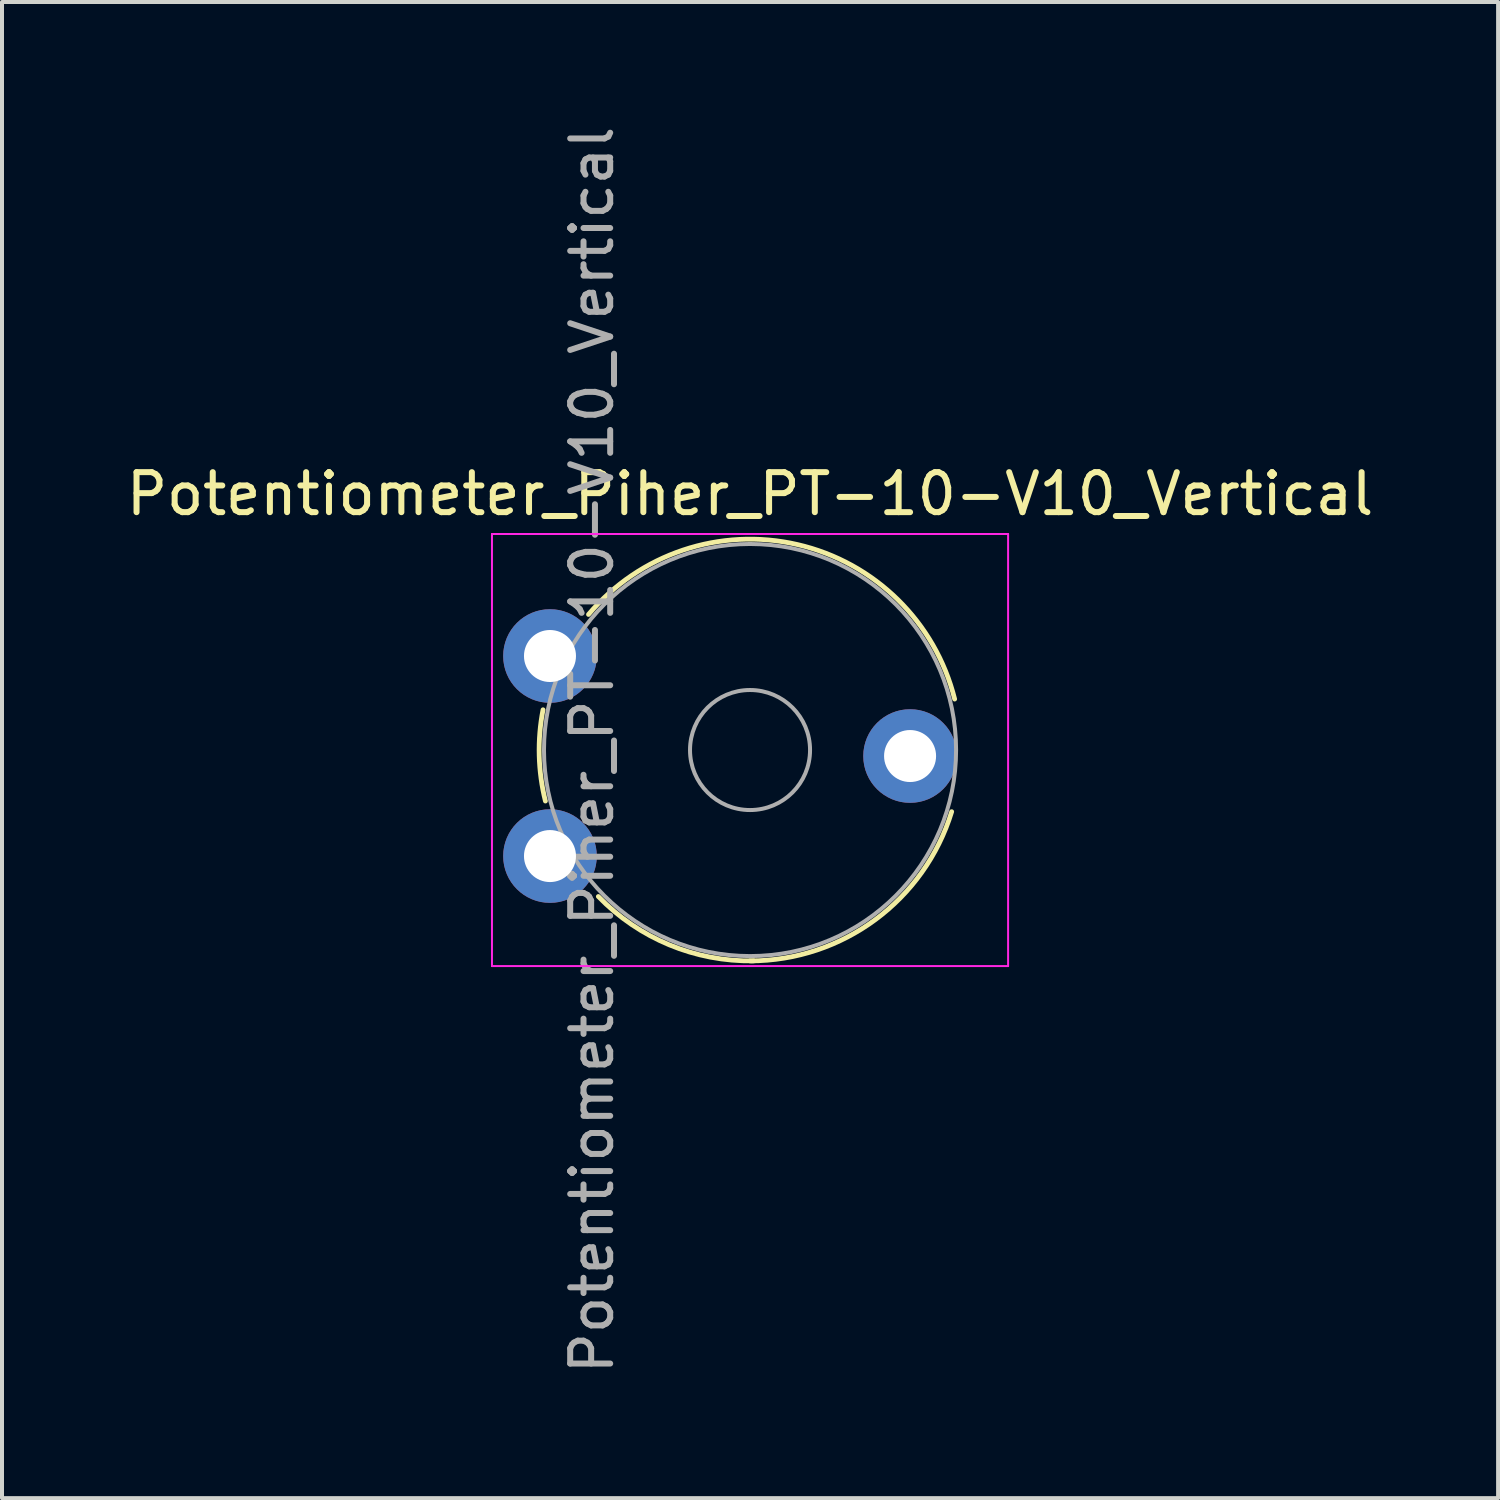
<source format=kicad_pcb>
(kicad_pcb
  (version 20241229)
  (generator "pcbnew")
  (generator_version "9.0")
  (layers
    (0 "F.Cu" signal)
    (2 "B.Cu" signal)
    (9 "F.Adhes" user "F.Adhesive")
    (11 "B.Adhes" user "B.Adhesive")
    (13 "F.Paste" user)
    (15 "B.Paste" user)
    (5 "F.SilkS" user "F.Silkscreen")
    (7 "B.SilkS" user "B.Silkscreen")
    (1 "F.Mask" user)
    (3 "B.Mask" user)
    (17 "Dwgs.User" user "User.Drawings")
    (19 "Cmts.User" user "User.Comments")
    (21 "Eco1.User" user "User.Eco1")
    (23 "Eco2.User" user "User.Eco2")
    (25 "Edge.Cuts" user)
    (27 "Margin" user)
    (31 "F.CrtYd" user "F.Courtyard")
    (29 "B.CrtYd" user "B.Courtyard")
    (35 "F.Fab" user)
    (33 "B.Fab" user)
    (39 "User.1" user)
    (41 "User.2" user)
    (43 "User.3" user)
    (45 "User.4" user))
  (footprint "Potentiometer_Piher_PT-10-V10_Vertical"
    (layer "F.Cu")
    (at 10.696 18.346)
    (property "Reference" "Potentiometer_Piher_PT-10-V10_Vertical" (at 5 -9.05 0) (layer "F.SilkS") (effects (font (size 1 1) (thickness 0.15))))
    (attr through_hole)
    (fp_arc (start -0.11439 -1.375119) (mid -0.269093 -2.512295) (end -0.174 -3.656) (stroke (width 0.12) (type solid)) (layer "F.SilkS"))
    (fp_arc (start 0.963379 -6.038474) (mid 6.186565 -7.784991) (end 10.114 -3.924) (stroke (width 0.12) (type solid)) (layer "F.SilkS"))
    (fp_arc (start 5.09203 2.619358) (mid 2.983245 2.219015) (end 1.209 1.011) (stroke (width 0.12) (type solid)) (layer "F.SilkS"))
    (fp_arc (start 10.039726 -1.109201) (mid 8.134716 1.586326) (end 5 2.62) (stroke (width 0.12) (type solid)) (layer "F.SilkS"))
    (fp_line (start -1.45 -8.05) (end -1.45 2.75) (stroke (width 0.05) (type solid)) (layer "F.CrtYd"))
    (fp_line (start -1.45 2.75) (end 11.45 2.75) (stroke (width 0.05) (type solid)) (layer "F.CrtYd"))
    (fp_line (start 11.45 -8.05) (end -1.45 -8.05) (stroke (width 0.05) (type solid)) (layer "F.CrtYd"))
    (fp_line (start 11.45 2.75) (end 11.45 -8.05) (stroke (width 0.05) (type solid)) (layer "F.CrtYd"))
    (fp_circle (center 5 -2.65) (end 6.5 -2.65) (stroke (width 0.1) (type solid)) (fill no) (layer "F.Fab"))
    (fp_circle (center 5 -2.65) (end 10.15 -2.65) (stroke (width 0.1) (type solid)) (fill no) (layer "F.Fab"))
    (fp_text user "${REFERENCE}" (at 1.05 -2.65 90) (layer "F.Fab") (effects (font (size 1 1) (thickness 0.15))))
    (pad "1" thru_hole circle (at 0 0) (size 2.34 2.34) (drill 1.3) (layers "*.Cu" "*.Mask"))
    (pad "2" thru_hole circle (at 9 -2.5) (size 2.34 2.34) (drill 1.3) (layers "*.Cu" "*.Mask"))
    (pad "3" thru_hole circle (at 0 -5) (size 2.34 2.34) (drill 1.3) (layers "*.Cu" "*.Mask")))
  (gr_rect
    (start -3 -3)
    (end 34.393 34.393)
    (stroke (width 0.1) (type default))
    (fill no)
    (layer "Edge.Cuts")))
</source>
